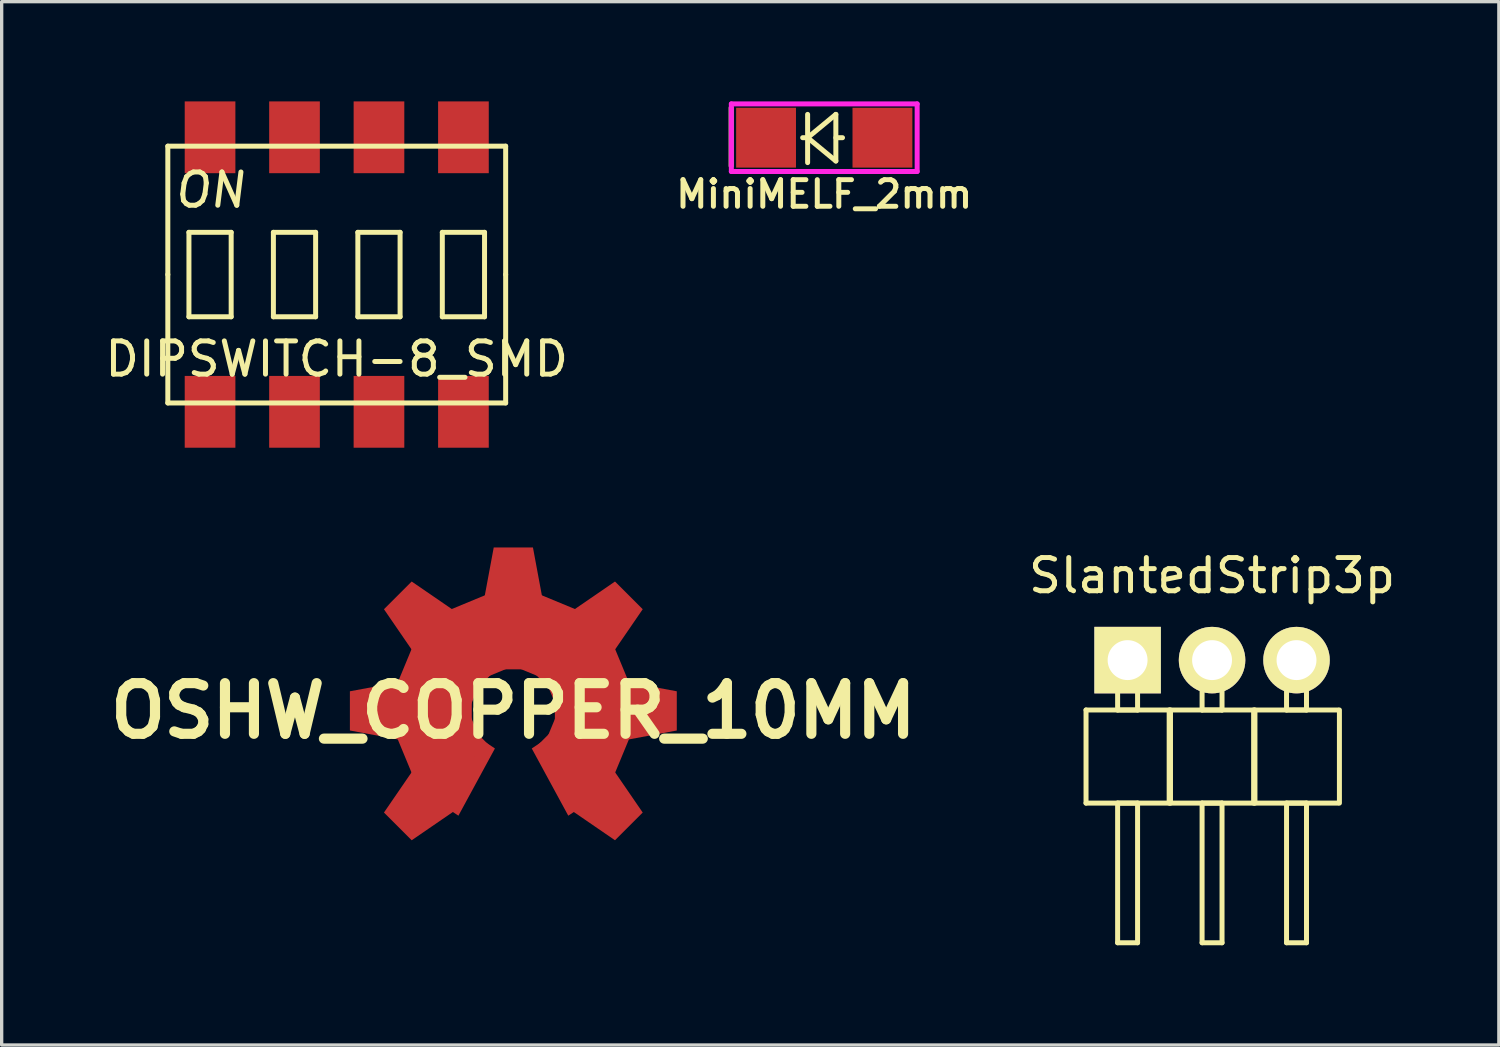
<source format=kicad_pcb>
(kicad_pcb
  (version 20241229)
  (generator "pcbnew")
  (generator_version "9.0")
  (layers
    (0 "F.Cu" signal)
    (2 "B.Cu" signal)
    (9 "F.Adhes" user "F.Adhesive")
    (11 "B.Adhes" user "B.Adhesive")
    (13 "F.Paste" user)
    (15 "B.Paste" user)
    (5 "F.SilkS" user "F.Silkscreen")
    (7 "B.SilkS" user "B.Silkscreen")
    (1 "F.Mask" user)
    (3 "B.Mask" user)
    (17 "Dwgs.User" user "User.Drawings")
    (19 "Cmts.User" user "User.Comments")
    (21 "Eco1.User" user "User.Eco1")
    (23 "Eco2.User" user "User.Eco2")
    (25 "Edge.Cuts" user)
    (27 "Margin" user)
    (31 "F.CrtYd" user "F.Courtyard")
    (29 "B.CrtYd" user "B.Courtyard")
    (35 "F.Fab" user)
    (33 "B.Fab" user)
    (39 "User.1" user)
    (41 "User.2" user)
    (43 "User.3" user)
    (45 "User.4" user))
  (footprint "SlantedStrip3p"
    (layer "F.Cu")
    (at 30.861 16.802)
    (property "Reference" "SlantedStrip3p" (at 2.54 -2.54 0) (layer "F.SilkS") (effects (font (size 1 1) (thickness 0.15))))
    (attr through_hole)
    (fp_line (start -1.25 1.5) (end -1.25 4.3) (stroke (width 0.15) (type solid)) (layer "F.SilkS"))
    (fp_line (start -1.25 1.5) (end 1.25 1.5) (stroke (width 0.15) (type solid)) (layer "F.SilkS"))
    (fp_line (start -1.25 4.3) (end 1.25 4.3) (stroke (width 0.15) (type solid)) (layer "F.SilkS"))
    (fp_line (start -0.3 -0.3) (end 0.3 -0.3) (stroke (width 0.15) (type solid)) (layer "F.SilkS"))
    (fp_line (start -0.3 0) (end -0.3 -0.3) (stroke (width 0.15) (type solid)) (layer "F.SilkS"))
    (fp_line (start -0.3 1.5) (end -0.3 0) (stroke (width 0.15) (type solid)) (layer "F.SilkS"))
    (fp_line (start -0.3 4.3) (end -0.3 8.5) (stroke (width 0.15) (type solid)) (layer "F.SilkS"))
    (fp_line (start -0.3 8.5) (end 0.3 8.5) (stroke (width 0.15) (type solid)) (layer "F.SilkS"))
    (fp_line (start 0.3 -0.3) (end 0.3 0) (stroke (width 0.15) (type solid)) (layer "F.SilkS"))
    (fp_line (start 0.3 0) (end 0.3 1.5) (stroke (width 0.15) (type solid)) (layer "F.SilkS"))
    (fp_line (start 0.3 1.5) (end -0.3 1.5) (stroke (width 0.15) (type solid)) (layer "F.SilkS"))
    (fp_line (start 0.3 4.3) (end -0.3 4.3) (stroke (width 0.15) (type solid)) (layer "F.SilkS"))
    (fp_line (start 0.3 4.3) (end 0.3 8.5) (stroke (width 0.15) (type solid)) (layer "F.SilkS"))
    (fp_line (start 1.25 1.5) (end 1.25 4.3) (stroke (width 0.15) (type solid)) (layer "F.SilkS"))
    (fp_line (start 1.29 1.5) (end 1.29 4.3) (stroke (width 0.15) (type solid)) (layer "F.SilkS"))
    (fp_line (start 1.29 1.5) (end 3.79 1.5) (stroke (width 0.15) (type solid)) (layer "F.SilkS"))
    (fp_line (start 1.29 4.3) (end 3.79 4.3) (stroke (width 0.15) (type solid)) (layer "F.SilkS"))
    (fp_line (start 2.24 -0.3) (end 2.84 -0.3) (stroke (width 0.15) (type solid)) (layer "F.SilkS"))
    (fp_line (start 2.24 0) (end 2.24 -0.3) (stroke (width 0.15) (type solid)) (layer "F.SilkS"))
    (fp_line (start 2.24 1.5) (end 2.24 0) (stroke (width 0.15) (type solid)) (layer "F.SilkS"))
    (fp_line (start 2.24 4.3) (end 2.24 8.5) (stroke (width 0.15) (type solid)) (layer "F.SilkS"))
    (fp_line (start 2.24 8.5) (end 2.84 8.5) (stroke (width 0.15) (type solid)) (layer "F.SilkS"))
    (fp_line (start 2.84 -0.3) (end 2.84 0) (stroke (width 0.15) (type solid)) (layer "F.SilkS"))
    (fp_line (start 2.84 0) (end 2.84 1.5) (stroke (width 0.15) (type solid)) (layer "F.SilkS"))
    (fp_line (start 2.84 1.5) (end 2.24 1.5) (stroke (width 0.15) (type solid)) (layer "F.SilkS"))
    (fp_line (start 2.84 4.3) (end 2.24 4.3) (stroke (width 0.15) (type solid)) (layer "F.SilkS"))
    (fp_line (start 2.84 4.3) (end 2.84 8.5) (stroke (width 0.15) (type solid)) (layer "F.SilkS"))
    (fp_line (start 3.79 1.5) (end 3.79 4.3) (stroke (width 0.15) (type solid)) (layer "F.SilkS"))
    (fp_line (start 3.83 1.5) (end 3.83 4.3) (stroke (width 0.15) (type solid)) (layer "F.SilkS"))
    (fp_line (start 3.83 1.5) (end 6.33 1.5) (stroke (width 0.15) (type solid)) (layer "F.SilkS"))
    (fp_line (start 3.83 4.3) (end 6.33 4.3) (stroke (width 0.15) (type solid)) (layer "F.SilkS"))
    (fp_line (start 4.78 -0.3) (end 5.38 -0.3) (stroke (width 0.15) (type solid)) (layer "F.SilkS"))
    (fp_line (start 4.78 0) (end 4.78 -0.3) (stroke (width 0.15) (type solid)) (layer "F.SilkS"))
    (fp_line (start 4.78 1.5) (end 4.78 0) (stroke (width 0.15) (type solid)) (layer "F.SilkS"))
    (fp_line (start 4.78 4.3) (end 4.78 8.5) (stroke (width 0.15) (type solid)) (layer "F.SilkS"))
    (fp_line (start 4.78 8.5) (end 5.38 8.5) (stroke (width 0.15) (type solid)) (layer "F.SilkS"))
    (fp_line (start 5.38 -0.3) (end 5.38 0) (stroke (width 0.15) (type solid)) (layer "F.SilkS"))
    (fp_line (start 5.38 0) (end 5.38 1.5) (stroke (width 0.15) (type solid)) (layer "F.SilkS"))
    (fp_line (start 5.38 1.5) (end 4.78 1.5) (stroke (width 0.15) (type solid)) (layer "F.SilkS"))
    (fp_line (start 5.38 4.3) (end 4.78 4.3) (stroke (width 0.15) (type solid)) (layer "F.SilkS"))
    (fp_line (start 5.38 4.3) (end 5.38 8.5) (stroke (width 0.15) (type solid)) (layer "F.SilkS"))
    (fp_line (start 6.37 1.5) (end 6.37 4.3) (stroke (width 0.15) (type solid)) (layer "F.SilkS"))
    (pad "1" thru_hole rect (at 0 0) (size 2 2) (drill 1.2) (layers "*.Cu" "*.Mask" "F.SilkS"))
    (pad "2" thru_hole circle (at 2.54 0) (size 2 2) (drill 1.2) (layers "*.Cu" "*.Mask" "F.SilkS"))
    (pad "3" thru_hole circle (at 5.08 0) (size 2 2) (drill 1.2) (layers "*.Cu" "*.Mask" "F.SilkS")))
  (footprint "OSHW_COPPER_10MM"
    (layer "F.Cu")
    (at 12.388 18.329)
    (property "Reference" "OSHW_COPPER_10MM" (at 0 0 0) (layer "F.SilkS") (effects (font (size 1.524 1.524) (thickness 0.305))))
    (attr through_hole)
    (pad "" smd trapezoid (at -4.166 0 270) (size 1.458 1.499) (rect_delta 0 -0.279) (layers "F.Cu" "F.Mask" "F.Paste"))
    (pad "" smd trapezoid (at -2.944 -2.944 225) (size 1.458 1.499) (rect_delta 0 -0.279) (layers "F.Cu" "F.Mask" "F.Paste"))
    (pad "" smd trapezoid (at -2.944 2.944 315) (size 1.458 1.499) (rect_delta 0 -0.279) (layers "F.Cu" "F.Mask" "F.Paste"))
    (pad "" smd trapezoid (at -2.395 0 270) (size 1.082 2.291) (rect_delta 0 0.414) (layers "F.Cu" "F.Mask" "F.Paste"))
    (pad "" smd trapezoid (at -2.212 -0.914 247.5) (size 1.082 2.291) (rect_delta 0 0.414) (layers "F.Cu" "F.Mask" "F.Paste"))
    (pad "" smd trapezoid (at -2.212 0.914 292.5) (size 1.082 2.291) (rect_delta 0 0.414) (layers "F.Cu" "F.Mask" "F.Paste"))
    (pad "" smd trapezoid (at -1.692 -1.692 225) (size 1.082 2.291) (rect_delta 0 0.414) (layers "F.Cu" "F.Mask" "F.Paste"))
    (pad "" smd trapezoid (at -1.692 1.692 315) (size 1.082 2.291) (rect_delta 0 0.414) (layers "F.Cu" "F.Mask" "F.Paste"))
    (pad "" smd trapezoid (at -1.328 1.991 326.3) (size 0.541 2.291) (rect_delta 0 0.208) (layers "F.Cu" "F.Mask" "F.Paste"))
    (pad "" smd trapezoid (at -0.914 -2.212 202.5) (size 1.082 2.291) (rect_delta 0 0.414) (layers "F.Cu" "F.Mask" "F.Paste"))
    (pad "" smd trapezoid (at 0 -4.166 180) (size 1.458 1.499) (rect_delta 0 -0.279) (layers "F.Cu" "F.Mask" "F.Paste"))
    (pad "" smd trapezoid (at 0 -2.395 180) (size 1.082 2.291) (rect_delta 0 0.414) (layers "F.Cu" "F.Mask" "F.Paste"))
    (pad "" smd trapezoid (at 0.914 -2.212 157.5) (size 1.082 2.291) (rect_delta 0 0.414) (layers "F.Cu" "F.Mask" "F.Paste"))
    (pad "" smd trapezoid (at 1.328 1.991 33.7) (size 0.541 2.291) (rect_delta 0 0.208) (layers "F.Cu" "F.Mask" "F.Paste"))
    (pad "" smd trapezoid (at 1.692 -1.692 135) (size 1.082 2.291) (rect_delta 0 0.414) (layers "F.Cu" "F.Mask" "F.Paste"))
    (pad "" smd trapezoid (at 1.692 1.692 45) (size 1.082 2.291) (rect_delta 0 0.414) (layers "F.Cu" "F.Mask" "F.Paste"))
    (pad "" smd trapezoid (at 2.212 -0.914 112.5) (size 1.082 2.291) (rect_delta 0 0.414) (layers "F.Cu" "F.Mask" "F.Paste"))
    (pad "" smd trapezoid (at 2.212 0.914 67.5) (size 1.082 2.291) (rect_delta 0 0.414) (layers "F.Cu" "F.Mask" "F.Paste"))
    (pad "" smd trapezoid (at 2.395 0 90) (size 1.082 2.291) (rect_delta 0 0.414) (layers "F.Cu" "F.Mask" "F.Paste"))
    (pad "" smd trapezoid (at 2.944 -2.944 135) (size 1.458 1.499) (rect_delta 0 -0.279) (layers "F.Cu" "F.Mask" "F.Paste"))
    (pad "" smd trapezoid (at 2.944 2.944 45) (size 1.458 1.499) (rect_delta 0 -0.279) (layers "F.Cu" "F.Mask" "F.Paste"))
    (pad "" smd trapezoid (at 4.166 0 90) (size 1.458 1.499) (rect_delta 0 -0.279) (layers "F.Cu" "F.Mask" "F.Paste")))
  (footprint "MiniMELF_2mm"
    (layer "F.Cu")
    (at 21.738 1.091)
    (property "Reference" "MiniMELF_2mm" (at 0 1.7 0) (layer "F.SilkS") (effects (font (size 0.8 0.8) (thickness 0.15))))
    (attr smd)
    (fp_line (start -2.8 -0.9) (end -2.8 0.85) (stroke (width 0.15) (type solid)) (layer "F.SilkS"))
    (fp_line (start -0.5 0) (end -0.649 0) (stroke (width 0.15) (type solid)) (layer "F.SilkS"))
    (fp_line (start -0.5 0) (end -0.5 -0.701) (stroke (width 0.15) (type solid)) (layer "F.SilkS"))
    (fp_line (start -0.5 0) (end -0.5 0.749) (stroke (width 0.15) (type solid)) (layer "F.SilkS"))
    (fp_line (start -0.5 0) (end 0.349 -0.701) (stroke (width 0.15) (type solid)) (layer "F.SilkS"))
    (fp_line (start 0.349 -0.701) (end 0.349 0.701) (stroke (width 0.15) (type solid)) (layer "F.SilkS"))
    (fp_line (start 0.349 0) (end 0.549 0) (stroke (width 0.15) (type solid)) (layer "F.SilkS"))
    (fp_line (start 0.349 0.701) (end -0.5 0) (stroke (width 0.15) (type solid)) (layer "F.SilkS"))
    (fp_line (start -2.794 -1.016) (end 2.794 -1.016) (stroke (width 0.15) (type solid)) (layer "F.CrtYd"))
    (fp_line (start -2.794 1.016) (end -2.794 -1.016) (stroke (width 0.15) (type solid)) (layer "F.CrtYd"))
    (fp_line (start 2.794 -1.016) (end 2.794 1.016) (stroke (width 0.15) (type solid)) (layer "F.CrtYd"))
    (fp_line (start 2.794 1.016) (end -2.794 1.016) (stroke (width 0.15) (type solid)) (layer "F.CrtYd"))
    (pad "1" smd rect (at -1.75 0) (size 1.8 1.8) (layers "F.Cu" "F.Mask" "F.Paste"))
    (pad "2" smd rect (at 1.75 0) (size 1.8 1.8) (layers "F.Cu" "F.Mask" "F.Paste")))
  (footprint "DIPSWITCH-8_SMD"
    (layer "F.Cu")
    (at 7.077 5.207)
    (property "Reference" "DIPSWITCH-8_SMD" (at 0 2.54 0) (layer "F.SilkS") (effects (font (size 1 1) (thickness 0.15))))
    (attr smd)
    (fp_line (start -5.08 0) (end -5.08 -3.861) (stroke (width 0.15) (type solid)) (layer "F.SilkS"))
    (fp_line (start -5.08 3.861) (end -5.08 0) (stroke (width 0.15) (type solid)) (layer "F.SilkS"))
    (fp_line (start -5.08 3.861) (end 5.08 3.861) (stroke (width 0.15) (type solid)) (layer "F.SilkS"))
    (fp_line (start -4.445 -1.27) (end -3.175 -1.27) (stroke (width 0.15) (type solid)) (layer "F.SilkS"))
    (fp_line (start -4.445 1.27) (end -4.445 -1.27) (stroke (width 0.15) (type solid)) (layer "F.SilkS"))
    (fp_line (start -3.175 -1.27) (end -3.175 1.27) (stroke (width 0.15) (type solid)) (layer "F.SilkS"))
    (fp_line (start -3.175 1.27) (end -4.445 1.27) (stroke (width 0.15) (type solid)) (layer "F.SilkS"))
    (fp_line (start -1.905 -1.27) (end -0.635 -1.27) (stroke (width 0.15) (type solid)) (layer "F.SilkS"))
    (fp_line (start -1.905 1.27) (end -1.905 -1.27) (stroke (width 0.15) (type solid)) (layer "F.SilkS"))
    (fp_line (start -0.635 -1.27) (end -0.635 1.27) (stroke (width 0.15) (type solid)) (layer "F.SilkS"))
    (fp_line (start -0.635 1.27) (end -1.905 1.27) (stroke (width 0.15) (type solid)) (layer "F.SilkS"))
    (fp_line (start 0.635 -1.27) (end 1.905 -1.27) (stroke (width 0.15) (type solid)) (layer "F.SilkS"))
    (fp_line (start 0.635 1.27) (end 0.635 -1.27) (stroke (width 0.15) (type solid)) (layer "F.SilkS"))
    (fp_line (start 1.905 -1.27) (end 1.905 1.27) (stroke (width 0.15) (type solid)) (layer "F.SilkS"))
    (fp_line (start 1.905 1.27) (end 0.635 1.27) (stroke (width 0.15) (type solid)) (layer "F.SilkS"))
    (fp_line (start 3.175 -1.27) (end 4.445 -1.27) (stroke (width 0.15) (type solid)) (layer "F.SilkS"))
    (fp_line (start 3.175 1.27) (end 3.175 -1.27) (stroke (width 0.15) (type solid)) (layer "F.SilkS"))
    (fp_line (start 4.445 -1.27) (end 4.445 1.27) (stroke (width 0.15) (type solid)) (layer "F.SilkS"))
    (fp_line (start 4.445 1.27) (end 3.175 1.27) (stroke (width 0.15) (type solid)) (layer "F.SilkS"))
    (fp_line (start 5.08 -3.861) (end -5.08 -3.861) (stroke (width 0.15) (type solid)) (layer "F.SilkS"))
    (fp_line (start 5.08 0) (end 5.08 -3.861) (stroke (width 0.15) (type solid)) (layer "F.SilkS"))
    (fp_line (start 5.08 3.861) (end 5.08 0) (stroke (width 0.15) (type solid)) (layer "F.SilkS"))
    (fp_text user "ON" (at -3.81 -2.54 0) (layer "F.SilkS") (effects (font (size 1 1) (thickness 0.15) (italic yes))))
    (pad "1" smd rect (at -3.81 4.128) (size 1.524 2.159) (layers "F.Cu" "F.Mask" "F.Paste"))
    (pad "2" smd rect (at -1.27 4.128) (size 1.524 2.159) (layers "F.Cu" "F.Mask" "F.Paste"))
    (pad "3" smd rect (at 1.27 4.128) (size 1.524 2.159) (layers "F.Cu" "F.Mask" "F.Paste"))
    (pad "4" smd rect (at 3.81 4.128) (size 1.524 2.159) (layers "F.Cu" "F.Mask" "F.Paste"))
    (pad "5" smd rect (at 3.81 -4.128) (size 1.524 2.159) (layers "F.Cu" "F.Mask" "F.Paste"))
    (pad "6" smd rect (at 1.27 -4.128) (size 1.524 2.159) (layers "F.Cu" "F.Mask" "F.Paste"))
    (pad "7" smd rect (at -1.27 -4.128) (size 1.524 2.159) (layers "F.Cu" "F.Mask" "F.Paste"))
    (pad "8" smd rect (at -3.81 -4.128) (size 1.524 2.159) (layers "F.Cu" "F.Mask" "F.Paste")))
  (gr_rect
    (start -3 -3)
    (end 42.026 28.377)
    (stroke (width 0.1) (type default))
    (fill no)
    (layer "Edge.Cuts")))
</source>
